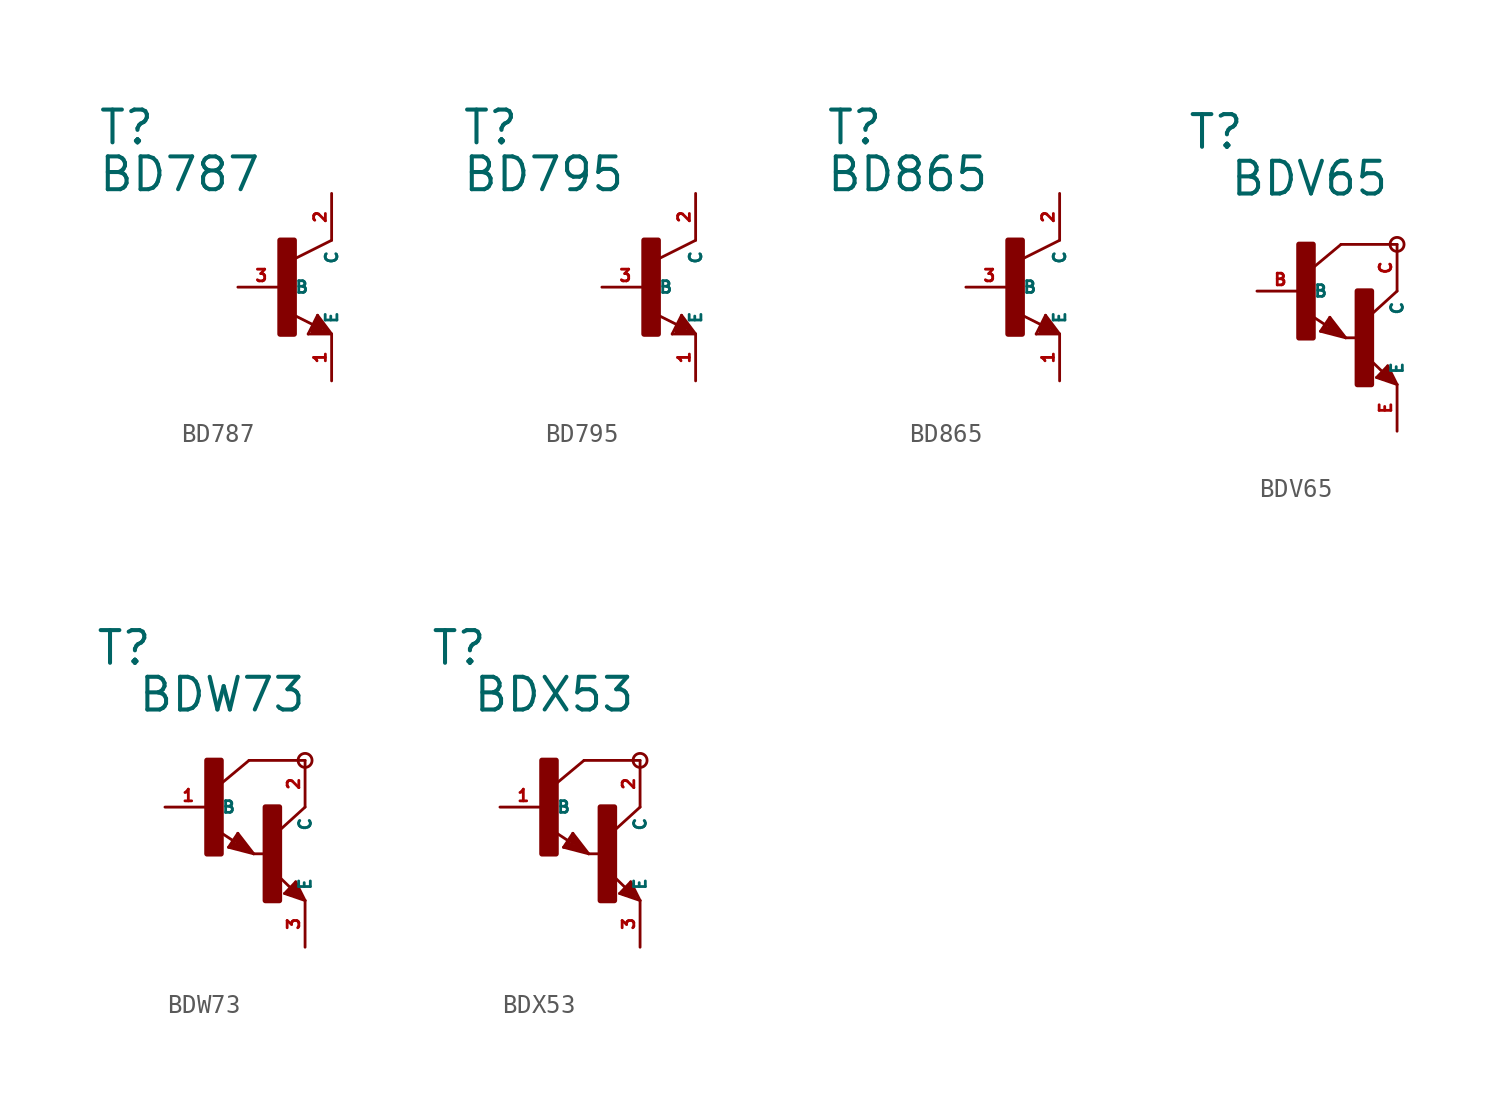
<source format=kicad_sym>
(kicad_symbol_lib
  (version 20220914)
  (generator Eagle2Kicad)
  (symbol "BD787"
    (property "Reference" "T"
      (at -10.16 7.62 0)
      (effects (font (size 1.778 1.778) (thickness 0.22)) (justify left bottom)))
    (property "Value" "BD787"
      (at -10.16 5.08 0)
      (effects (font (size 1.778 1.778) (thickness 0.22)) (justify left bottom)))
    (polyline
      (pts (xy 2.54 2.54) (xy 0.508 1.524))
      (stroke (width 0.152) (type default))
      (fill (type none)))
    (polyline
      (pts (xy 1.778 -1.524) (xy 2.54 -2.54))
      (stroke (width 0.152) (type default))
      (fill (type none)))
    (polyline
      (pts (xy 2.54 -2.54) (xy 1.27 -2.54))
      (stroke (width 0.152) (type default))
      (fill (type none)))
    (polyline
      (pts (xy 1.27 -2.54) (xy 1.778 -1.524))
      (stroke (width 0.152) (type default))
      (fill (type none)))
    (polyline
      (pts (xy 1.54 -2.04) (xy 0.308 -1.424))
      (stroke (width 0.152) (type default))
      (fill (type none)))
    (polyline
      (pts (xy 1.524 -2.413) (xy 2.286 -2.413))
      (stroke (width 0.254) (type default))
      (fill (type none)))
    (polyline
      (pts (xy 2.286 -2.413) (xy 1.778 -1.778))
      (stroke (width 0.254) (type default))
      (fill (type none)))
    (polyline
      (pts (xy 1.778 -1.778) (xy 1.524 -2.286))
      (stroke (width 0.254) (type default))
      (fill (type none)))
    (polyline
      (pts (xy 1.524 -2.286) (xy 1.905 -2.286))
      (stroke (width 0.254) (type default))
      (fill (type none)))
    (polyline
      (pts (xy 1.905 -2.286) (xy 1.778 -2.032))
      (stroke (width 0.254) (type default))
      (fill (type none)))
    (rectangle
      (start -0.254 -2.54)
      (end 0.508 2.54)
      (stroke (width 0.3) (type default))
      (fill (type outline)))
    (pin passive line
      (at -2.54 0 0)
      (length 2.54)
      (name "B" (effects (font (size 0.635 0.635) (thickness 0.08)) (justify left bottom)))
      (number "3" (effects (font (size 0.635 0.635) (thickness 0.08)) (justify left bottom))))
    (pin passive line
      (at 2.54 -5.08 90)
      (length 2.54)
      (name "E" (effects (font (size 0.635 0.635) (thickness 0.08)) (justify left bottom)))
      (number "1" (effects (font (size 0.635 0.635) (thickness 0.08)) (justify left bottom))))
    (pin passive line
      (at 2.54 5.08 270)
      (length 2.54)
      (name "C" (effects (font (size 0.635 0.635) (thickness 0.08)) (justify left bottom)))
      (number "2" (effects (font (size 0.635 0.635) (thickness 0.08)) (justify left bottom)))))
  (symbol "BD795"
    (property "Reference" "T"
      (at -10.16 7.62 0)
      (effects (font (size 1.778 1.778) (thickness 0.22)) (justify left bottom)))
    (property "Value" "BD795"
      (at -10.16 5.08 0)
      (effects (font (size 1.778 1.778) (thickness 0.22)) (justify left bottom)))
    (polyline
      (pts (xy 2.54 2.54) (xy 0.508 1.524))
      (stroke (width 0.152) (type default))
      (fill (type none)))
    (polyline
      (pts (xy 1.778 -1.524) (xy 2.54 -2.54))
      (stroke (width 0.152) (type default))
      (fill (type none)))
    (polyline
      (pts (xy 2.54 -2.54) (xy 1.27 -2.54))
      (stroke (width 0.152) (type default))
      (fill (type none)))
    (polyline
      (pts (xy 1.27 -2.54) (xy 1.778 -1.524))
      (stroke (width 0.152) (type default))
      (fill (type none)))
    (polyline
      (pts (xy 1.54 -2.04) (xy 0.308 -1.424))
      (stroke (width 0.152) (type default))
      (fill (type none)))
    (polyline
      (pts (xy 1.524 -2.413) (xy 2.286 -2.413))
      (stroke (width 0.254) (type default))
      (fill (type none)))
    (polyline
      (pts (xy 2.286 -2.413) (xy 1.778 -1.778))
      (stroke (width 0.254) (type default))
      (fill (type none)))
    (polyline
      (pts (xy 1.778 -1.778) (xy 1.524 -2.286))
      (stroke (width 0.254) (type default))
      (fill (type none)))
    (polyline
      (pts (xy 1.524 -2.286) (xy 1.905 -2.286))
      (stroke (width 0.254) (type default))
      (fill (type none)))
    (polyline
      (pts (xy 1.905 -2.286) (xy 1.778 -2.032))
      (stroke (width 0.254) (type default))
      (fill (type none)))
    (rectangle
      (start -0.254 -2.54)
      (end 0.508 2.54)
      (stroke (width 0.3) (type default))
      (fill (type outline)))
    (pin passive line
      (at -2.54 0 0)
      (length 2.54)
      (name "B" (effects (font (size 0.635 0.635) (thickness 0.08)) (justify left bottom)))
      (number "3" (effects (font (size 0.635 0.635) (thickness 0.08)) (justify left bottom))))
    (pin passive line
      (at 2.54 -5.08 90)
      (length 2.54)
      (name "E" (effects (font (size 0.635 0.635) (thickness 0.08)) (justify left bottom)))
      (number "1" (effects (font (size 0.635 0.635) (thickness 0.08)) (justify left bottom))))
    (pin passive line
      (at 2.54 5.08 270)
      (length 2.54)
      (name "C" (effects (font (size 0.635 0.635) (thickness 0.08)) (justify left bottom)))
      (number "2" (effects (font (size 0.635 0.635) (thickness 0.08)) (justify left bottom)))))
  (symbol "BD865"
    (property "Reference" "T"
      (at -10.16 7.62 0)
      (effects (font (size 1.778 1.778) (thickness 0.22)) (justify left bottom)))
    (property "Value" "BD865"
      (at -10.16 5.08 0)
      (effects (font (size 1.778 1.778) (thickness 0.22)) (justify left bottom)))
    (polyline
      (pts (xy 2.54 2.54) (xy 0.508 1.524))
      (stroke (width 0.152) (type default))
      (fill (type none)))
    (polyline
      (pts (xy 1.778 -1.524) (xy 2.54 -2.54))
      (stroke (width 0.152) (type default))
      (fill (type none)))
    (polyline
      (pts (xy 2.54 -2.54) (xy 1.27 -2.54))
      (stroke (width 0.152) (type default))
      (fill (type none)))
    (polyline
      (pts (xy 1.27 -2.54) (xy 1.778 -1.524))
      (stroke (width 0.152) (type default))
      (fill (type none)))
    (polyline
      (pts (xy 1.54 -2.04) (xy 0.308 -1.424))
      (stroke (width 0.152) (type default))
      (fill (type none)))
    (polyline
      (pts (xy 1.524 -2.413) (xy 2.286 -2.413))
      (stroke (width 0.254) (type default))
      (fill (type none)))
    (polyline
      (pts (xy 2.286 -2.413) (xy 1.778 -1.778))
      (stroke (width 0.254) (type default))
      (fill (type none)))
    (polyline
      (pts (xy 1.778 -1.778) (xy 1.524 -2.286))
      (stroke (width 0.254) (type default))
      (fill (type none)))
    (polyline
      (pts (xy 1.524 -2.286) (xy 1.905 -2.286))
      (stroke (width 0.254) (type default))
      (fill (type none)))
    (polyline
      (pts (xy 1.905 -2.286) (xy 1.778 -2.032))
      (stroke (width 0.254) (type default))
      (fill (type none)))
    (rectangle
      (start -0.254 -2.54)
      (end 0.508 2.54)
      (stroke (width 0.3) (type default))
      (fill (type outline)))
    (pin passive line
      (at -2.54 0 0)
      (length 2.54)
      (name "B" (effects (font (size 0.635 0.635) (thickness 0.08)) (justify left bottom)))
      (number "3" (effects (font (size 0.635 0.635) (thickness 0.08)) (justify left bottom))))
    (pin passive line
      (at 2.54 -5.08 90)
      (length 2.54)
      (name "E" (effects (font (size 0.635 0.635) (thickness 0.08)) (justify left bottom)))
      (number "1" (effects (font (size 0.635 0.635) (thickness 0.08)) (justify left bottom))))
    (pin passive line
      (at 2.54 5.08 270)
      (length 2.54)
      (name "C" (effects (font (size 0.635 0.635) (thickness 0.08)) (justify left bottom)))
      (number "2" (effects (font (size 0.635 0.635) (thickness 0.08)) (justify left bottom)))))
  (symbol "BDV65"
    (property "Reference" "T"
      (at -6.35 7.62 0)
      (effects (font (size 1.778 1.778) (thickness 0.22)) (justify left bottom)))
    (property "Value" "BDV65"
      (at -4.064 5.08 0)
      (effects (font (size 1.778 1.778) (thickness 0.22)) (justify left bottom)))
    (polyline
      (pts (xy 5.08 2.54) (xy 2.032 2.54))
      (stroke (width 0.152) (type default))
      (fill (type none)))
    (polyline
      (pts (xy 1.424 -1.424) (xy 2.286 -2.54))
      (stroke (width 0.152) (type default))
      (fill (type none)))
    (polyline
      (pts (xy 2.921 -2.54) (xy 2.286 -2.54))
      (stroke (width 0.152) (type default))
      (fill (type none)))
    (polyline
      (pts (xy 0.916 -2.186) (xy 1.424 -1.424))
      (stroke (width 0.152) (type default))
      (fill (type none)))
    (polyline
      (pts (xy 2.286 -2.54) (xy 0.916 -2.186))
      (stroke (width 0.152) (type default))
      (fill (type none)))
    (polyline
      (pts (xy 2.032 2.54) (xy 0.508 1.27))
      (stroke (width 0.152) (type default))
      (fill (type none)))
    (polyline
      (pts (xy 5.08 0) (xy 3.683 -1.27))
      (stroke (width 0.152) (type default))
      (fill (type none)))
    (polyline
      (pts (xy 5.08 -5.08) (xy 3.964 -4.699))
      (stroke (width 0.152) (type default))
      (fill (type none)))
    (polyline
      (pts (xy 4.572 -4.064) (xy 5.08 -5.08))
      (stroke (width 0.152) (type default))
      (fill (type none)))
    (polyline
      (pts (xy 3.964 -4.699) (xy 4.572 -4.064))
      (stroke (width 0.152) (type default))
      (fill (type none)))
    (polyline
      (pts (xy 1.186 -1.84) (xy 0.208 -1.197))
      (stroke (width 0.152) (type default))
      (fill (type none)))
    (polyline
      (pts (xy 4.28 -4.38) (xy 3.483 -3.61))
      (stroke (width 0.152) (type default))
      (fill (type none)))
    (polyline
      (pts (xy 2.159 -2.413) (xy 1.397 -1.524))
      (stroke (width 0.127) (type default))
      (fill (type none)))
    (polyline
      (pts (xy 1.397 -1.524) (xy 1.016 -2.159))
      (stroke (width 0.127) (type default))
      (fill (type none)))
    (polyline
      (pts (xy 1.016 -2.159) (xy 2.032 -2.413))
      (stroke (width 0.127) (type default))
      (fill (type none)))
    (polyline
      (pts (xy 2.032 -2.413) (xy 1.397 -1.651))
      (stroke (width 0.127) (type default))
      (fill (type none)))
    (polyline
      (pts (xy 1.397 -1.651) (xy 1.143 -2.032))
      (stroke (width 0.127) (type default))
      (fill (type none)))
    (polyline
      (pts (xy 1.143 -2.032) (xy 1.905 -2.286))
      (stroke (width 0.254) (type default))
      (fill (type none)))
    (polyline
      (pts (xy 1.905 -2.286) (xy 1.397 -1.778))
      (stroke (width 0.254) (type default))
      (fill (type none)))
    (polyline
      (pts (xy 1.397 -1.778) (xy 1.397 -1.905))
      (stroke (width 0.254) (type default))
      (fill (type none)))
    (polyline
      (pts (xy 4.953 -4.953) (xy 4.572 -4.191))
      (stroke (width 0.127) (type default))
      (fill (type none)))
    (polyline
      (pts (xy 4.572 -4.191) (xy 4.064 -4.699))
      (stroke (width 0.127) (type default))
      (fill (type none)))
    (polyline
      (pts (xy 4.064 -4.699) (xy 4.826 -4.953))
      (stroke (width 0.127) (type default))
      (fill (type none)))
    (polyline
      (pts (xy 4.826 -4.953) (xy 4.572 -4.318))
      (stroke (width 0.127) (type default))
      (fill (type none)))
    (polyline
      (pts (xy 4.572 -4.318) (xy 4.191 -4.699))
      (stroke (width 0.254) (type default))
      (fill (type none)))
    (polyline
      (pts (xy 4.191 -4.699) (xy 4.699 -4.826))
      (stroke (width 0.254) (type default))
      (fill (type none)))
    (polyline
      (pts (xy 4.699 -4.826) (xy 4.572 -4.572))
      (stroke (width 0.254) (type default))
      (fill (type none)))
    (polyline
      (pts (xy 4.572 -4.572) (xy 4.445 -4.572))
      (stroke (width 0.254) (type default))
      (fill (type none)))
    (circle
      (center 5.08 2.54)
      (radius 0.381)
      (stroke (width 0) (type default))
      (fill (type none)))
    (rectangle
      (start -0.254 -2.54)
      (end 0.508 2.54)
      (stroke (width 0.3) (type default))
      (fill (type outline)))
    (rectangle
      (start 2.921 -5.08)
      (end 3.683 0)
      (stroke (width 0.3) (type default))
      (fill (type outline)))
    (pin passive line
      (at -2.54 0 0)
      (length 2.54)
      (name "B" (effects (font (size 0.635 0.635) (thickness 0.08)) (justify left bottom)))
      (number "B" (effects (font (size 0.635 0.635) (thickness 0.08)) (justify left bottom))))
    (pin passive line
      (at 5.08 -7.62 90)
      (length 2.54)
      (name "E" (effects (font (size 0.635 0.635) (thickness 0.08)) (justify left bottom)))
      (number "E" (effects (font (size 0.635 0.635) (thickness 0.08)) (justify left bottom))))
    (pin passive line
      (at 5.08 2.54 270)
      (length 2.54)
      (name "C" (effects (font (size 0.635 0.635) (thickness 0.08)) (justify left bottom)))
      (number "C" (effects (font (size 0.635 0.635) (thickness 0.08)) (justify left bottom)))))
  (symbol "BDW73"
    (property "Reference" "T"
      (at -6.35 7.62 0)
      (effects (font (size 1.778 1.778) (thickness 0.22)) (justify left bottom)))
    (property "Value" "BDW73"
      (at -4.064 5.08 0)
      (effects (font (size 1.778 1.778) (thickness 0.22)) (justify left bottom)))
    (polyline
      (pts (xy 5.08 2.54) (xy 2.032 2.54))
      (stroke (width 0.152) (type default))
      (fill (type none)))
    (polyline
      (pts (xy 1.424 -1.424) (xy 2.286 -2.54))
      (stroke (width 0.152) (type default))
      (fill (type none)))
    (polyline
      (pts (xy 2.921 -2.54) (xy 2.286 -2.54))
      (stroke (width 0.152) (type default))
      (fill (type none)))
    (polyline
      (pts (xy 0.916 -2.186) (xy 1.424 -1.424))
      (stroke (width 0.152) (type default))
      (fill (type none)))
    (polyline
      (pts (xy 2.286 -2.54) (xy 0.916 -2.186))
      (stroke (width 0.152) (type default))
      (fill (type none)))
    (polyline
      (pts (xy 2.032 2.54) (xy 0.508 1.27))
      (stroke (width 0.152) (type default))
      (fill (type none)))
    (polyline
      (pts (xy 5.08 0) (xy 3.683 -1.27))
      (stroke (width 0.152) (type default))
      (fill (type none)))
    (polyline
      (pts (xy 5.08 -5.08) (xy 3.964 -4.699))
      (stroke (width 0.152) (type default))
      (fill (type none)))
    (polyline
      (pts (xy 4.572 -4.064) (xy 5.08 -5.08))
      (stroke (width 0.152) (type default))
      (fill (type none)))
    (polyline
      (pts (xy 3.964 -4.699) (xy 4.572 -4.064))
      (stroke (width 0.152) (type default))
      (fill (type none)))
    (polyline
      (pts (xy 1.186 -1.84) (xy 0.208 -1.197))
      (stroke (width 0.152) (type default))
      (fill (type none)))
    (polyline
      (pts (xy 4.28 -4.38) (xy 3.483 -3.61))
      (stroke (width 0.152) (type default))
      (fill (type none)))
    (polyline
      (pts (xy 2.159 -2.413) (xy 1.397 -1.524))
      (stroke (width 0.127) (type default))
      (fill (type none)))
    (polyline
      (pts (xy 1.397 -1.524) (xy 1.016 -2.159))
      (stroke (width 0.127) (type default))
      (fill (type none)))
    (polyline
      (pts (xy 1.016 -2.159) (xy 2.032 -2.413))
      (stroke (width 0.127) (type default))
      (fill (type none)))
    (polyline
      (pts (xy 2.032 -2.413) (xy 1.397 -1.651))
      (stroke (width 0.127) (type default))
      (fill (type none)))
    (polyline
      (pts (xy 1.397 -1.651) (xy 1.143 -2.032))
      (stroke (width 0.127) (type default))
      (fill (type none)))
    (polyline
      (pts (xy 1.143 -2.032) (xy 1.905 -2.286))
      (stroke (width 0.254) (type default))
      (fill (type none)))
    (polyline
      (pts (xy 1.905 -2.286) (xy 1.397 -1.778))
      (stroke (width 0.254) (type default))
      (fill (type none)))
    (polyline
      (pts (xy 1.397 -1.778) (xy 1.397 -1.905))
      (stroke (width 0.254) (type default))
      (fill (type none)))
    (polyline
      (pts (xy 4.953 -4.953) (xy 4.572 -4.191))
      (stroke (width 0.127) (type default))
      (fill (type none)))
    (polyline
      (pts (xy 4.572 -4.191) (xy 4.064 -4.699))
      (stroke (width 0.127) (type default))
      (fill (type none)))
    (polyline
      (pts (xy 4.064 -4.699) (xy 4.826 -4.953))
      (stroke (width 0.127) (type default))
      (fill (type none)))
    (polyline
      (pts (xy 4.826 -4.953) (xy 4.572 -4.318))
      (stroke (width 0.127) (type default))
      (fill (type none)))
    (polyline
      (pts (xy 4.572 -4.318) (xy 4.191 -4.699))
      (stroke (width 0.254) (type default))
      (fill (type none)))
    (polyline
      (pts (xy 4.191 -4.699) (xy 4.699 -4.826))
      (stroke (width 0.254) (type default))
      (fill (type none)))
    (polyline
      (pts (xy 4.699 -4.826) (xy 4.572 -4.572))
      (stroke (width 0.254) (type default))
      (fill (type none)))
    (polyline
      (pts (xy 4.572 -4.572) (xy 4.445 -4.572))
      (stroke (width 0.254) (type default))
      (fill (type none)))
    (circle
      (center 5.08 2.54)
      (radius 0.381)
      (stroke (width 0) (type default))
      (fill (type none)))
    (rectangle
      (start -0.254 -2.54)
      (end 0.508 2.54)
      (stroke (width 0.3) (type default))
      (fill (type outline)))
    (rectangle
      (start 2.921 -5.08)
      (end 3.683 0)
      (stroke (width 0.3) (type default))
      (fill (type outline)))
    (pin passive line
      (at -2.54 0 0)
      (length 2.54)
      (name "B" (effects (font (size 0.635 0.635) (thickness 0.08)) (justify left bottom)))
      (number "1" (effects (font (size 0.635 0.635) (thickness 0.08)) (justify left bottom))))
    (pin passive line
      (at 5.08 -7.62 90)
      (length 2.54)
      (name "E" (effects (font (size 0.635 0.635) (thickness 0.08)) (justify left bottom)))
      (number "3" (effects (font (size 0.635 0.635) (thickness 0.08)) (justify left bottom))))
    (pin passive line
      (at 5.08 2.54 270)
      (length 2.54)
      (name "C" (effects (font (size 0.635 0.635) (thickness 0.08)) (justify left bottom)))
      (number "2" (effects (font (size 0.635 0.635) (thickness 0.08)) (justify left bottom)))))
  (symbol "BDX53"
    (property "Reference" "T"
      (at -6.35 7.62 0)
      (effects (font (size 1.778 1.778) (thickness 0.22)) (justify left bottom)))
    (property "Value" "BDX53"
      (at -4.064 5.08 0)
      (effects (font (size 1.778 1.778) (thickness 0.22)) (justify left bottom)))
    (polyline
      (pts (xy 5.08 2.54) (xy 2.032 2.54))
      (stroke (width 0.152) (type default))
      (fill (type none)))
    (polyline
      (pts (xy 1.424 -1.424) (xy 2.286 -2.54))
      (stroke (width 0.152) (type default))
      (fill (type none)))
    (polyline
      (pts (xy 2.921 -2.54) (xy 2.286 -2.54))
      (stroke (width 0.152) (type default))
      (fill (type none)))
    (polyline
      (pts (xy 0.916 -2.186) (xy 1.424 -1.424))
      (stroke (width 0.152) (type default))
      (fill (type none)))
    (polyline
      (pts (xy 2.286 -2.54) (xy 0.916 -2.186))
      (stroke (width 0.152) (type default))
      (fill (type none)))
    (polyline
      (pts (xy 2.032 2.54) (xy 0.508 1.27))
      (stroke (width 0.152) (type default))
      (fill (type none)))
    (polyline
      (pts (xy 5.08 0) (xy 3.683 -1.27))
      (stroke (width 0.152) (type default))
      (fill (type none)))
    (polyline
      (pts (xy 5.08 -5.08) (xy 3.964 -4.699))
      (stroke (width 0.152) (type default))
      (fill (type none)))
    (polyline
      (pts (xy 4.572 -4.064) (xy 5.08 -5.08))
      (stroke (width 0.152) (type default))
      (fill (type none)))
    (polyline
      (pts (xy 3.964 -4.699) (xy 4.572 -4.064))
      (stroke (width 0.152) (type default))
      (fill (type none)))
    (polyline
      (pts (xy 1.186 -1.84) (xy 0.208 -1.197))
      (stroke (width 0.152) (type default))
      (fill (type none)))
    (polyline
      (pts (xy 4.28 -4.38) (xy 3.483 -3.61))
      (stroke (width 0.152) (type default))
      (fill (type none)))
    (polyline
      (pts (xy 2.159 -2.413) (xy 1.397 -1.524))
      (stroke (width 0.127) (type default))
      (fill (type none)))
    (polyline
      (pts (xy 1.397 -1.524) (xy 1.016 -2.159))
      (stroke (width 0.127) (type default))
      (fill (type none)))
    (polyline
      (pts (xy 1.016 -2.159) (xy 2.032 -2.413))
      (stroke (width 0.127) (type default))
      (fill (type none)))
    (polyline
      (pts (xy 2.032 -2.413) (xy 1.397 -1.651))
      (stroke (width 0.127) (type default))
      (fill (type none)))
    (polyline
      (pts (xy 1.397 -1.651) (xy 1.143 -2.032))
      (stroke (width 0.127) (type default))
      (fill (type none)))
    (polyline
      (pts (xy 1.143 -2.032) (xy 1.905 -2.286))
      (stroke (width 0.254) (type default))
      (fill (type none)))
    (polyline
      (pts (xy 1.905 -2.286) (xy 1.397 -1.778))
      (stroke (width 0.254) (type default))
      (fill (type none)))
    (polyline
      (pts (xy 1.397 -1.778) (xy 1.397 -1.905))
      (stroke (width 0.254) (type default))
      (fill (type none)))
    (polyline
      (pts (xy 4.953 -4.953) (xy 4.572 -4.191))
      (stroke (width 0.127) (type default))
      (fill (type none)))
    (polyline
      (pts (xy 4.572 -4.191) (xy 4.064 -4.699))
      (stroke (width 0.127) (type default))
      (fill (type none)))
    (polyline
      (pts (xy 4.064 -4.699) (xy 4.826 -4.953))
      (stroke (width 0.127) (type default))
      (fill (type none)))
    (polyline
      (pts (xy 4.826 -4.953) (xy 4.572 -4.318))
      (stroke (width 0.127) (type default))
      (fill (type none)))
    (polyline
      (pts (xy 4.572 -4.318) (xy 4.191 -4.699))
      (stroke (width 0.254) (type default))
      (fill (type none)))
    (polyline
      (pts (xy 4.191 -4.699) (xy 4.699 -4.826))
      (stroke (width 0.254) (type default))
      (fill (type none)))
    (polyline
      (pts (xy 4.699 -4.826) (xy 4.572 -4.572))
      (stroke (width 0.254) (type default))
      (fill (type none)))
    (polyline
      (pts (xy 4.572 -4.572) (xy 4.445 -4.572))
      (stroke (width 0.254) (type default))
      (fill (type none)))
    (circle
      (center 5.08 2.54)
      (radius 0.381)
      (stroke (width 0) (type default))
      (fill (type none)))
    (rectangle
      (start -0.254 -2.54)
      (end 0.508 2.54)
      (stroke (width 0.3) (type default))
      (fill (type outline)))
    (rectangle
      (start 2.921 -5.08)
      (end 3.683 0)
      (stroke (width 0.3) (type default))
      (fill (type outline)))
    (pin passive line
      (at -2.54 0 0)
      (length 2.54)
      (name "B" (effects (font (size 0.635 0.635) (thickness 0.08)) (justify left bottom)))
      (number "1" (effects (font (size 0.635 0.635) (thickness 0.08)) (justify left bottom))))
    (pin passive line
      (at 5.08 -7.62 90)
      (length 2.54)
      (name "E" (effects (font (size 0.635 0.635) (thickness 0.08)) (justify left bottom)))
      (number "3" (effects (font (size 0.635 0.635) (thickness 0.08)) (justify left bottom))))
    (pin passive line
      (at 5.08 2.54 270)
      (length 2.54)
      (name "C" (effects (font (size 0.635 0.635) (thickness 0.08)) (justify left bottom)))
      (number "2" (effects (font (size 0.635 0.635) (thickness 0.08)) (justify left bottom))))))
</source>
